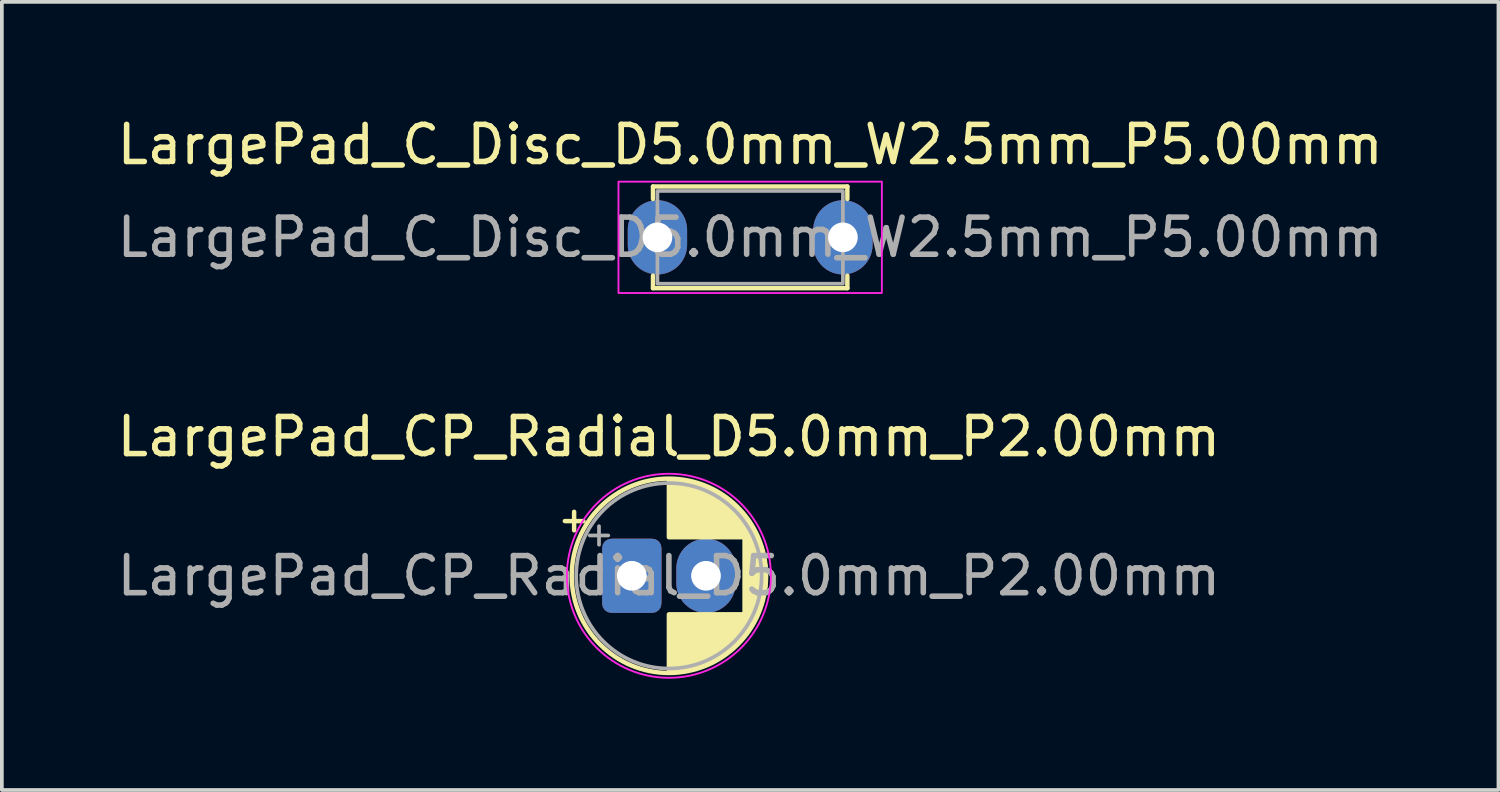
<source format=kicad_pcb>
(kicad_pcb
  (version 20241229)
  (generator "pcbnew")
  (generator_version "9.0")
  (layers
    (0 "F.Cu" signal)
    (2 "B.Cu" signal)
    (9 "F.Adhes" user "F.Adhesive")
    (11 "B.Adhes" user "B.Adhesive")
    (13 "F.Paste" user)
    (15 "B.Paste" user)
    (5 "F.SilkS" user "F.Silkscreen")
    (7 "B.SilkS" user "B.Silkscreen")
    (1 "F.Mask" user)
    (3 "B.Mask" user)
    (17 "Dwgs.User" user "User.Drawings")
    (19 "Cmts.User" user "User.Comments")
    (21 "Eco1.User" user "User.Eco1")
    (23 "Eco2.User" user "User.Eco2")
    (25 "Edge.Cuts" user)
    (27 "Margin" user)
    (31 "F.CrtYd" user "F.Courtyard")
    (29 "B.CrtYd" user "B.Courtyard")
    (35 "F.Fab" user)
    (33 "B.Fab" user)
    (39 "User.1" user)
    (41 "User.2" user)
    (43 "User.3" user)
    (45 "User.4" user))
  (footprint "LargePad_CP_Radial_D5.0mm_P2.00mm"
    (layer "F.Cu")
    (at 13.982 12.472)
    (property "Reference" "LargePad_CP_Radial_D5.0mm_P2.00mm" (at 1 -3.75 0) (layer "F.SilkS") (effects (font (size 1 1) (thickness 0.15))))
    (attr through_hole)
    (fp_line (start -1.805 -1.475) (end -1.305 -1.475) (stroke (width 0.12) (type solid)) (layer "F.SilkS"))
    (fp_line (start -1.555 -1.725) (end -1.555 -1.225) (stroke (width 0.12) (type solid)) (layer "F.SilkS"))
    (fp_line (start 1 -2.58) (end 1 -1.04) (stroke (width 0.12) (type solid)) (layer "F.SilkS"))
    (fp_line (start 1 1.04) (end 1 2.58) (stroke (width 0.12) (type solid)) (layer "F.SilkS"))
    (fp_line (start 1.04 -2.58) (end 1.04 -1.04) (stroke (width 0.12) (type solid)) (layer "F.SilkS"))
    (fp_line (start 1.04 1.04) (end 1.04 2.58) (stroke (width 0.12) (type solid)) (layer "F.SilkS"))
    (fp_line (start 1.08 -2.579) (end 1.08 -1.04) (stroke (width 0.12) (type solid)) (layer "F.SilkS"))
    (fp_line (start 1.08 1.04) (end 1.08 2.579) (stroke (width 0.12) (type solid)) (layer "F.SilkS"))
    (fp_line (start 1.12 -2.577) (end 1.12 -1.04) (stroke (width 0.12) (type solid)) (layer "F.SilkS"))
    (fp_line (start 1.12 1.04) (end 1.12 2.577) (stroke (width 0.12) (type solid)) (layer "F.SilkS"))
    (fp_line (start 1.16 -2.575) (end 1.16 -1.04) (stroke (width 0.12) (type solid)) (layer "F.SilkS"))
    (fp_line (start 1.16 1.04) (end 1.16 2.575) (stroke (width 0.12) (type solid)) (layer "F.SilkS"))
    (fp_line (start 1.2 -2.572) (end 1.2 -1.04) (stroke (width 0.12) (type solid)) (layer "F.SilkS"))
    (fp_line (start 1.2 1.04) (end 1.2 2.572) (stroke (width 0.12) (type solid)) (layer "F.SilkS"))
    (fp_line (start 1.24 -2.569) (end 1.24 -1.04) (stroke (width 0.12) (type solid)) (layer "F.SilkS"))
    (fp_line (start 1.24 1.04) (end 1.24 2.569) (stroke (width 0.12) (type solid)) (layer "F.SilkS"))
    (fp_line (start 1.28 -2.565) (end 1.28 -1.04) (stroke (width 0.12) (type solid)) (layer "F.SilkS"))
    (fp_line (start 1.28 1.04) (end 1.28 2.565) (stroke (width 0.12) (type solid)) (layer "F.SilkS"))
    (fp_line (start 1.32 -2.56) (end 1.32 -1.04) (stroke (width 0.12) (type solid)) (layer "F.SilkS"))
    (fp_line (start 1.32 1.04) (end 1.32 2.56) (stroke (width 0.12) (type solid)) (layer "F.SilkS"))
    (fp_line (start 1.36 -2.555) (end 1.36 -1.04) (stroke (width 0.12) (type solid)) (layer "F.SilkS"))
    (fp_line (start 1.36 1.04) (end 1.36 2.555) (stroke (width 0.12) (type solid)) (layer "F.SilkS"))
    (fp_line (start 1.4 -2.549) (end 1.4 -1.04) (stroke (width 0.12) (type solid)) (layer "F.SilkS"))
    (fp_line (start 1.4 1.04) (end 1.4 2.549) (stroke (width 0.12) (type solid)) (layer "F.SilkS"))
    (fp_line (start 1.44 -2.543) (end 1.44 -1.04) (stroke (width 0.12) (type solid)) (layer "F.SilkS"))
    (fp_line (start 1.44 1.04) (end 1.44 2.543) (stroke (width 0.12) (type solid)) (layer "F.SilkS"))
    (fp_line (start 1.48 -2.536) (end 1.48 -1.04) (stroke (width 0.12) (type solid)) (layer "F.SilkS"))
    (fp_line (start 1.48 1.04) (end 1.48 2.536) (stroke (width 0.12) (type solid)) (layer "F.SilkS"))
    (fp_line (start 1.52 -2.528) (end 1.52 -1.04) (stroke (width 0.12) (type solid)) (layer "F.SilkS"))
    (fp_line (start 1.52 1.04) (end 1.52 2.528) (stroke (width 0.12) (type solid)) (layer "F.SilkS"))
    (fp_line (start 1.56 -2.519) (end 1.56 -1.04) (stroke (width 0.12) (type solid)) (layer "F.SilkS"))
    (fp_line (start 1.56 1.04) (end 1.56 2.519) (stroke (width 0.12) (type solid)) (layer "F.SilkS"))
    (fp_line (start 1.6 -2.51) (end 1.6 -1.04) (stroke (width 0.12) (type solid)) (layer "F.SilkS"))
    (fp_line (start 1.6 1.04) (end 1.6 2.51) (stroke (width 0.12) (type solid)) (layer "F.SilkS"))
    (fp_line (start 1.64 -2.501) (end 1.64 -1.04) (stroke (width 0.12) (type solid)) (layer "F.SilkS"))
    (fp_line (start 1.64 1.04) (end 1.64 2.501) (stroke (width 0.12) (type solid)) (layer "F.SilkS"))
    (fp_line (start 1.68 -2.49) (end 1.68 -1.04) (stroke (width 0.12) (type solid)) (layer "F.SilkS"))
    (fp_line (start 1.68 1.04) (end 1.68 2.49) (stroke (width 0.12) (type solid)) (layer "F.SilkS"))
    (fp_line (start 1.72 -2.479) (end 1.72 -1.04) (stroke (width 0.12) (type solid)) (layer "F.SilkS"))
    (fp_line (start 1.72 1.04) (end 1.72 2.479) (stroke (width 0.12) (type solid)) (layer "F.SilkS"))
    (fp_line (start 1.76 -2.467) (end 1.76 -1.04) (stroke (width 0.12) (type solid)) (layer "F.SilkS"))
    (fp_line (start 1.76 1.04) (end 1.76 2.467) (stroke (width 0.12) (type solid)) (layer "F.SilkS"))
    (fp_line (start 1.8 -2.455) (end 1.8 -1.04) (stroke (width 0.12) (type solid)) (layer "F.SilkS"))
    (fp_line (start 1.8 1.04) (end 1.8 2.455) (stroke (width 0.12) (type solid)) (layer "F.SilkS"))
    (fp_line (start 1.84 -2.442) (end 1.84 -1.04) (stroke (width 0.12) (type solid)) (layer "F.SilkS"))
    (fp_line (start 1.84 1.04) (end 1.84 2.442) (stroke (width 0.12) (type solid)) (layer "F.SilkS"))
    (fp_line (start 1.88 -2.428) (end 1.88 -1.04) (stroke (width 0.12) (type solid)) (layer "F.SilkS"))
    (fp_line (start 1.88 1.04) (end 1.88 2.428) (stroke (width 0.12) (type solid)) (layer "F.SilkS"))
    (fp_line (start 1.92 -2.413) (end 1.92 -1.04) (stroke (width 0.12) (type solid)) (layer "F.SilkS"))
    (fp_line (start 1.92 1.04) (end 1.92 2.413) (stroke (width 0.12) (type solid)) (layer "F.SilkS"))
    (fp_line (start 1.96 -2.398) (end 1.96 -1.04) (stroke (width 0.12) (type solid)) (layer "F.SilkS"))
    (fp_line (start 1.96 1.04) (end 1.96 2.398) (stroke (width 0.12) (type solid)) (layer "F.SilkS"))
    (fp_line (start 2 -2.382) (end 2 -1.04) (stroke (width 0.12) (type solid)) (layer "F.SilkS"))
    (fp_line (start 2 1.04) (end 2 2.382) (stroke (width 0.12) (type solid)) (layer "F.SilkS"))
    (fp_line (start 2.04 -2.365) (end 2.04 -1.04) (stroke (width 0.12) (type solid)) (layer "F.SilkS"))
    (fp_line (start 2.04 1.04) (end 2.04 2.365) (stroke (width 0.12) (type solid)) (layer "F.SilkS"))
    (fp_line (start 2.08 -2.347) (end 2.08 -1.04) (stroke (width 0.12) (type solid)) (layer "F.SilkS"))
    (fp_line (start 2.08 1.04) (end 2.08 2.347) (stroke (width 0.12) (type solid)) (layer "F.SilkS"))
    (fp_line (start 2.12 -2.329) (end 2.12 -1.04) (stroke (width 0.12) (type solid)) (layer "F.SilkS"))
    (fp_line (start 2.12 1.04) (end 2.12 2.329) (stroke (width 0.12) (type solid)) (layer "F.SilkS"))
    (fp_line (start 2.16 -2.309) (end 2.16 -1.04) (stroke (width 0.12) (type solid)) (layer "F.SilkS"))
    (fp_line (start 2.16 1.04) (end 2.16 2.309) (stroke (width 0.12) (type solid)) (layer "F.SilkS"))
    (fp_line (start 2.2 -2.289) (end 2.2 -1.04) (stroke (width 0.12) (type solid)) (layer "F.SilkS"))
    (fp_line (start 2.2 1.04) (end 2.2 2.289) (stroke (width 0.12) (type solid)) (layer "F.SilkS"))
    (fp_line (start 2.24 -2.268) (end 2.24 -1.04) (stroke (width 0.12) (type solid)) (layer "F.SilkS"))
    (fp_line (start 2.24 1.04) (end 2.24 2.268) (stroke (width 0.12) (type solid)) (layer "F.SilkS"))
    (fp_line (start 2.28 -2.246) (end 2.28 -1.04) (stroke (width 0.12) (type solid)) (layer "F.SilkS"))
    (fp_line (start 2.28 1.04) (end 2.28 2.246) (stroke (width 0.12) (type solid)) (layer "F.SilkS"))
    (fp_line (start 2.32 -2.223) (end 2.32 -1.04) (stroke (width 0.12) (type solid)) (layer "F.SilkS"))
    (fp_line (start 2.32 1.04) (end 2.32 2.223) (stroke (width 0.12) (type solid)) (layer "F.SilkS"))
    (fp_line (start 2.36 -2.199) (end 2.36 -1.04) (stroke (width 0.12) (type solid)) (layer "F.SilkS"))
    (fp_line (start 2.36 1.04) (end 2.36 2.199) (stroke (width 0.12) (type solid)) (layer "F.SilkS"))
    (fp_line (start 2.4 -2.175) (end 2.4 -1.04) (stroke (width 0.12) (type solid)) (layer "F.SilkS"))
    (fp_line (start 2.4 1.04) (end 2.4 2.175) (stroke (width 0.12) (type solid)) (layer "F.SilkS"))
    (fp_line (start 2.44 -2.149) (end 2.44 -1.04) (stroke (width 0.12) (type solid)) (layer "F.SilkS"))
    (fp_line (start 2.44 1.04) (end 2.44 2.149) (stroke (width 0.12) (type solid)) (layer "F.SilkS"))
    (fp_line (start 2.48 -2.122) (end 2.48 -1.04) (stroke (width 0.12) (type solid)) (layer "F.SilkS"))
    (fp_line (start 2.48 1.04) (end 2.48 2.122) (stroke (width 0.12) (type solid)) (layer "F.SilkS"))
    (fp_line (start 2.52 -2.094) (end 2.52 -1.04) (stroke (width 0.12) (type solid)) (layer "F.SilkS"))
    (fp_line (start 2.52 1.04) (end 2.52 2.094) (stroke (width 0.12) (type solid)) (layer "F.SilkS"))
    (fp_line (start 2.56 -2.065) (end 2.56 -1.04) (stroke (width 0.12) (type solid)) (layer "F.SilkS"))
    (fp_line (start 2.56 1.04) (end 2.56 2.065) (stroke (width 0.12) (type solid)) (layer "F.SilkS"))
    (fp_line (start 2.6 -2.035) (end 2.6 -1.04) (stroke (width 0.12) (type solid)) (layer "F.SilkS"))
    (fp_line (start 2.6 1.04) (end 2.6 2.035) (stroke (width 0.12) (type solid)) (layer "F.SilkS"))
    (fp_line (start 2.64 -2.003) (end 2.64 -1.04) (stroke (width 0.12) (type solid)) (layer "F.SilkS"))
    (fp_line (start 2.64 1.04) (end 2.64 2.003) (stroke (width 0.12) (type solid)) (layer "F.SilkS"))
    (fp_line (start 2.68 -1.97) (end 2.68 -1.04) (stroke (width 0.12) (type solid)) (layer "F.SilkS"))
    (fp_line (start 2.68 1.04) (end 2.68 1.97) (stroke (width 0.12) (type solid)) (layer "F.SilkS"))
    (fp_line (start 2.72 -1.936) (end 2.72 -1.04) (stroke (width 0.12) (type solid)) (layer "F.SilkS"))
    (fp_line (start 2.72 1.04) (end 2.72 1.936) (stroke (width 0.12) (type solid)) (layer "F.SilkS"))
    (fp_line (start 2.76 -1.901) (end 2.76 -1.04) (stroke (width 0.12) (type solid)) (layer "F.SilkS"))
    (fp_line (start 2.76 1.04) (end 2.76 1.901) (stroke (width 0.12) (type solid)) (layer "F.SilkS"))
    (fp_line (start 2.8 -1.864) (end 2.8 -1.04) (stroke (width 0.12) (type solid)) (layer "F.SilkS"))
    (fp_line (start 2.8 1.04) (end 2.8 1.864) (stroke (width 0.12) (type solid)) (layer "F.SilkS"))
    (fp_line (start 2.84 -1.825) (end 2.84 -1.04) (stroke (width 0.12) (type solid)) (layer "F.SilkS"))
    (fp_line (start 2.84 1.04) (end 2.84 1.825) (stroke (width 0.12) (type solid)) (layer "F.SilkS"))
    (fp_line (start 2.88 -1.785) (end 2.88 -1.04) (stroke (width 0.12) (type solid)) (layer "F.SilkS"))
    (fp_line (start 2.88 1.04) (end 2.88 1.785) (stroke (width 0.12) (type solid)) (layer "F.SilkS"))
    (fp_line (start 2.92 -1.743) (end 2.92 -1.04) (stroke (width 0.12) (type solid)) (layer "F.SilkS"))
    (fp_line (start 2.92 1.04) (end 2.92 1.743) (stroke (width 0.12) (type solid)) (layer "F.SilkS"))
    (fp_line (start 2.96 -1.699) (end 2.96 -1.04) (stroke (width 0.12) (type solid)) (layer "F.SilkS"))
    (fp_line (start 2.96 1.04) (end 2.96 1.699) (stroke (width 0.12) (type solid)) (layer "F.SilkS"))
    (fp_line (start 3 -1.652) (end 3 -1.04) (stroke (width 0.12) (type solid)) (layer "F.SilkS"))
    (fp_line (start 3 1.04) (end 3 1.652) (stroke (width 0.12) (type solid)) (layer "F.SilkS"))
    (fp_line (start 3.04 -1.604) (end 3.04 1.604) (stroke (width 0.12) (type solid)) (layer "F.SilkS"))
    (fp_line (start 3.08 -1.553) (end 3.08 1.553) (stroke (width 0.12) (type solid)) (layer "F.SilkS"))
    (fp_line (start 3.12 -1.499) (end 3.12 1.499) (stroke (width 0.12) (type solid)) (layer "F.SilkS"))
    (fp_line (start 3.16 -1.443) (end 3.16 1.443) (stroke (width 0.12) (type solid)) (layer "F.SilkS"))
    (fp_line (start 3.2 -1.383) (end 3.2 1.383) (stroke (width 0.12) (type solid)) (layer "F.SilkS"))
    (fp_line (start 3.24 -1.319) (end 3.24 1.319) (stroke (width 0.12) (type solid)) (layer "F.SilkS"))
    (fp_line (start 3.28 -1.251) (end 3.28 1.251) (stroke (width 0.12) (type solid)) (layer "F.SilkS"))
    (fp_line (start 3.32 -1.177) (end 3.32 1.177) (stroke (width 0.12) (type solid)) (layer "F.SilkS"))
    (fp_line (start 3.36 -1.098) (end 3.36 1.098) (stroke (width 0.12) (type solid)) (layer "F.SilkS"))
    (fp_line (start 3.4 -1.011) (end 3.4 1.011) (stroke (width 0.12) (type solid)) (layer "F.SilkS"))
    (fp_line (start 3.44 -0.914) (end 3.44 0.914) (stroke (width 0.12) (type solid)) (layer "F.SilkS"))
    (fp_line (start 3.48 -0.805) (end 3.48 0.805) (stroke (width 0.12) (type solid)) (layer "F.SilkS"))
    (fp_line (start 3.52 -0.677) (end 3.52 0.677) (stroke (width 0.12) (type solid)) (layer "F.SilkS"))
    (fp_line (start 3.56 -0.517) (end 3.56 0.517) (stroke (width 0.12) (type solid)) (layer "F.SilkS"))
    (fp_line (start 3.6 -0.283) (end 3.6 0.283) (stroke (width 0.12) (type solid)) (layer "F.SilkS"))
    (fp_circle (center 1 0) (end 3.62 0) (stroke (width 0.12) (type solid)) (fill no) (layer "F.SilkS"))
    (fp_circle (center 1 0) (end 3.75 0) (stroke (width 0.05) (type solid)) (fill no) (layer "F.CrtYd"))
    (fp_line (start -1.134 -1.087) (end -0.634 -1.087) (stroke (width 0.1) (type solid)) (layer "F.Fab"))
    (fp_line (start -0.884 -1.337) (end -0.884 -0.838) (stroke (width 0.1) (type solid)) (layer "F.Fab"))
    (fp_circle (center 1 0) (end 3.5 0) (stroke (width 0.1) (type solid)) (fill no) (layer "F.Fab"))
    (fp_text user "${REFERENCE}" (at 1 0 0) (layer "F.Fab") (effects (font (size 1 1) (thickness 0.15))))
    (pad "1" thru_hole roundrect (at 0 0) (size 1.6 2) (drill 0.8) (layers "*.Cu" "*.Mask") (roundrect_rratio 0.156))
    (pad "2" thru_hole oval (at 2 0) (size 1.6 2) (drill 0.8) (layers "*.Cu" "*.Mask")))
  (footprint "LargePad_C_Disc_D5.0mm_W2.5mm_P5.00mm"
    (layer "F.Cu")
    (at 14.673 3.348)
    (property "Reference" "LargePad_C_Disc_D5.0mm_W2.5mm_P5.00mm" (at 2.5 -2.5 0) (layer "F.SilkS") (effects (font (size 1 1) (thickness 0.15))))
    (attr through_hole)
    (fp_line (start -0.12 -1.37) (end 5.12 -1.37) (stroke (width 0.12) (type solid)) (layer "F.SilkS"))
    (fp_line (start -0.12 -1.033) (end -0.12 -1.37) (stroke (width 0.12) (type solid)) (layer "F.SilkS"))
    (fp_line (start -0.12 1.37) (end -0.12 1.033) (stroke (width 0.12) (type solid)) (layer "F.SilkS"))
    (fp_line (start 5.12 -1.37) (end 5.12 -1.033) (stroke (width 0.12) (type solid)) (layer "F.SilkS"))
    (fp_line (start 5.12 1.033) (end 5.12 1.37) (stroke (width 0.12) (type solid)) (layer "F.SilkS"))
    (fp_line (start 5.12 1.37) (end -0.12 1.37) (stroke (width 0.12) (type solid)) (layer "F.SilkS"))
    (fp_rect (start -1.05 -1.5) (end 6.05 1.5) (stroke (width 0.05) (type solid)) (fill no) (layer "F.CrtYd"))
    (fp_rect (start 0 -1.25) (end 5 1.25) (stroke (width 0.1) (type solid)) (fill no) (layer "F.Fab"))
    (fp_text user "${REFERENCE}" (at 2.5 0 0) (layer "F.Fab") (effects (font (size 1 1) (thickness 0.15))))
    (pad "1" thru_hole oval (at 0 0) (size 1.6 2) (drill 0.8) (layers "*.Cu" "*.Mask"))
    (pad "2" thru_hole oval (at 5 0) (size 1.6 2) (drill 0.8) (layers "*.Cu" "*.Mask")))
  (gr_rect
    (start -3 -3)
    (end 37.345 18.247)
    (stroke (width 0.1) (type default))
    (fill no)
    (layer "Edge.Cuts")))
</source>
